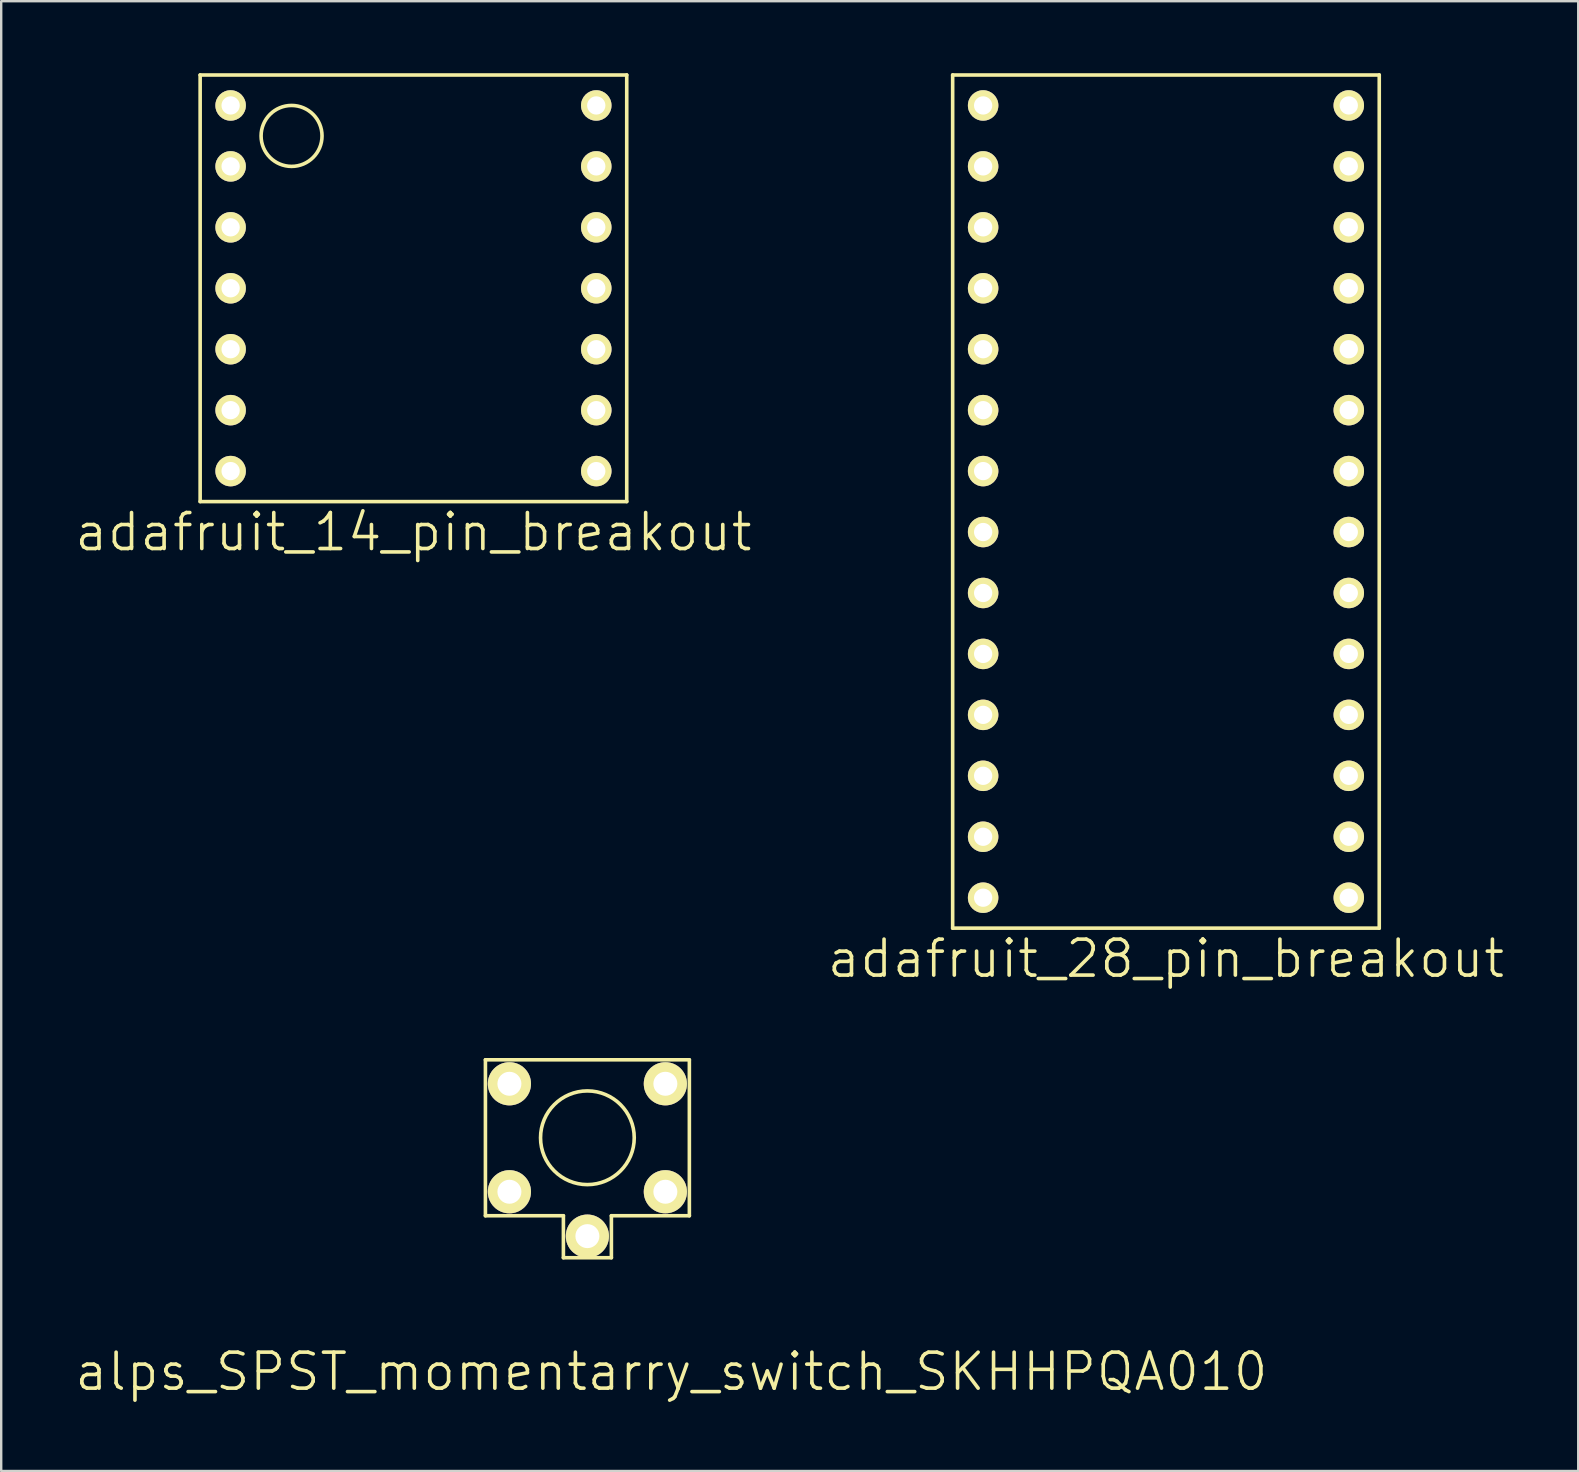
<source format=kicad_pcb>
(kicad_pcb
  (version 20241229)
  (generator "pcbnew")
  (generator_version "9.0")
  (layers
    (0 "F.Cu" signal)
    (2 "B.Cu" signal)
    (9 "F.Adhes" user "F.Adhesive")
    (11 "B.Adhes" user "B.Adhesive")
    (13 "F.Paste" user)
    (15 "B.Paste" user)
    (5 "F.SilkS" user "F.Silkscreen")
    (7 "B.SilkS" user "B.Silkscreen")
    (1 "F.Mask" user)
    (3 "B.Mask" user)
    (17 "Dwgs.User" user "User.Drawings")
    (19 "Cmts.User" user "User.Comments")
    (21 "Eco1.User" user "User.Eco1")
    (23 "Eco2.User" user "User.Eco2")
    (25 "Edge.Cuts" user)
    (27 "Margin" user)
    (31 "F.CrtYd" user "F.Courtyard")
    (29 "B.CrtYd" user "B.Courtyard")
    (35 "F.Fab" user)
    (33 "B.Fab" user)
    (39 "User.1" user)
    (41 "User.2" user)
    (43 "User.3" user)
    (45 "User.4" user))
  (footprint "adafruit_14_pin_breakout"
    (layer "F.Cu")
    (at 14.182 8.965)
    (property "Reference" "adafruit_14_pin_breakout" (at 0 10.16 0) (layer "F.SilkS") (effects (font (size 1.5 1.5) (thickness 0.15))))
    (attr through_hole)
    (fp_line (start -8.89 -8.89) (end -8.89 8.89) (stroke (width 0.15) (type solid)) (layer "F.SilkS"))
    (fp_line (start -8.89 8.89) (end 8.89 8.89) (stroke (width 0.15) (type solid)) (layer "F.SilkS"))
    (fp_line (start 8.89 -8.89) (end -8.89 -8.89) (stroke (width 0.15) (type solid)) (layer "F.SilkS"))
    (fp_line (start 8.89 8.89) (end 8.89 -8.89) (stroke (width 0.15) (type solid)) (layer "F.SilkS"))
    (fp_circle (center -5.08 -6.35) (end -5.08 -7.62) (stroke (width 0.15) (type solid)) (fill no) (layer "F.SilkS"))
    (pad "1" thru_hole circle (at -7.62 -7.62) (size 1.27 1.27) (drill 0.762) (layers "*.Cu" "*.Mask" "F.SilkS"))
    (pad "2" thru_hole circle (at -7.62 -5.08) (size 1.27 1.27) (drill 0.762) (layers "*.Cu" "*.Mask" "F.SilkS"))
    (pad "3" thru_hole circle (at -7.62 -2.54) (size 1.27 1.27) (drill 0.762) (layers "*.Cu" "*.Mask" "F.SilkS"))
    (pad "4" thru_hole circle (at -7.62 0) (size 1.27 1.27) (drill 0.762) (layers "*.Cu" "*.Mask" "F.SilkS"))
    (pad "5" thru_hole circle (at -7.62 2.54) (size 1.27 1.27) (drill 0.762) (layers "*.Cu" "*.Mask" "F.SilkS"))
    (pad "6" thru_hole circle (at -7.62 5.08) (size 1.27 1.27) (drill 0.762) (layers "*.Cu" "*.Mask" "F.SilkS"))
    (pad "7" thru_hole circle (at -7.62 7.62) (size 1.27 1.27) (drill 0.762) (layers "*.Cu" "*.Mask" "F.SilkS"))
    (pad "8" thru_hole circle (at 7.62 7.62) (size 1.27 1.27) (drill 0.762) (layers "*.Cu" "*.Mask" "F.SilkS"))
    (pad "9" thru_hole circle (at 7.62 5.08) (size 1.27 1.27) (drill 0.762) (layers "*.Cu" "*.Mask" "F.SilkS"))
    (pad "10" thru_hole circle (at 7.62 2.54) (size 1.27 1.27) (drill 0.762) (layers "*.Cu" "*.Mask" "F.SilkS"))
    (pad "11" thru_hole circle (at 7.62 0) (size 1.27 1.27) (drill 0.762) (layers "*.Cu" "*.Mask" "F.SilkS"))
    (pad "12" thru_hole circle (at 7.62 -2.54) (size 1.27 1.27) (drill 0.762) (layers "*.Cu" "*.Mask" "F.SilkS"))
    (pad "13" thru_hole circle (at 7.62 -5.08) (size 1.27 1.27) (drill 0.762) (layers "*.Cu" "*.Mask" "F.SilkS"))
    (pad "14" thru_hole circle (at 7.62 -7.62) (size 1.27 1.27) (drill 0.762) (layers "*.Cu" "*.Mask" "F.SilkS")))
  (footprint "adafruit_28_pin_breakout"
    (layer "F.Cu")
    (at 45.546 16.585)
    (property "Reference" "adafruit_28_pin_breakout" (at 0 20.32 0) (layer "F.SilkS") (effects (font (size 1.5 1.5) (thickness 0.15))))
    (attr through_hole)
    (fp_line (start -8.89 -16.51) (end -8.89 19.05) (stroke (width 0.15) (type solid)) (layer "F.SilkS"))
    (fp_line (start -8.89 19.05) (end 8.89 19.05) (stroke (width 0.15) (type solid)) (layer "F.SilkS"))
    (fp_line (start 8.89 -16.51) (end -8.89 -16.51) (stroke (width 0.15) (type solid)) (layer "F.SilkS"))
    (fp_line (start 8.89 19.05) (end 8.89 -16.51) (stroke (width 0.15) (type solid)) (layer "F.SilkS"))
    (pad "1" thru_hole circle (at -7.62 -15.24) (size 1.27 1.27) (drill 0.762) (layers "*.Cu" "*.Mask" "F.SilkS"))
    (pad "2" thru_hole circle (at -7.62 -12.7) (size 1.27 1.27) (drill 0.762) (layers "*.Cu" "*.Mask" "F.SilkS"))
    (pad "3" thru_hole circle (at -7.62 -10.16) (size 1.27 1.27) (drill 0.762) (layers "*.Cu" "*.Mask" "F.SilkS"))
    (pad "4" thru_hole circle (at -7.62 -7.62) (size 1.27 1.27) (drill 0.762) (layers "*.Cu" "*.Mask" "F.SilkS"))
    (pad "5" thru_hole circle (at -7.62 -5.08) (size 1.27 1.27) (drill 0.762) (layers "*.Cu" "*.Mask" "F.SilkS"))
    (pad "6" thru_hole circle (at -7.62 -2.54) (size 1.27 1.27) (drill 0.762) (layers "*.Cu" "*.Mask" "F.SilkS"))
    (pad "7" thru_hole circle (at -7.62 0) (size 1.27 1.27) (drill 0.762) (layers "*.Cu" "*.Mask" "F.SilkS"))
    (pad "8" thru_hole circle (at -7.62 2.54) (size 1.27 1.27) (drill 0.762) (layers "*.Cu" "*.Mask" "F.SilkS"))
    (pad "9" thru_hole circle (at -7.62 5.08) (size 1.27 1.27) (drill 0.762) (layers "*.Cu" "*.Mask" "F.SilkS"))
    (pad "10" thru_hole circle (at -7.62 7.62) (size 1.27 1.27) (drill 0.762) (layers "*.Cu" "*.Mask" "F.SilkS"))
    (pad "11" thru_hole circle (at -7.62 10.16) (size 1.27 1.27) (drill 0.762) (layers "*.Cu" "*.Mask" "F.SilkS"))
    (pad "12" thru_hole circle (at -7.62 12.7) (size 1.27 1.27) (drill 0.762) (layers "*.Cu" "*.Mask" "F.SilkS"))
    (pad "13" thru_hole circle (at -7.62 15.24) (size 1.27 1.27) (drill 0.762) (layers "*.Cu" "*.Mask" "F.SilkS"))
    (pad "14" thru_hole circle (at -7.62 17.78) (size 1.27 1.27) (drill 0.762) (layers "*.Cu" "*.Mask" "F.SilkS"))
    (pad "15" thru_hole circle (at 7.62 17.78) (size 1.27 1.27) (drill 0.762) (layers "*.Cu" "*.Mask" "F.SilkS"))
    (pad "16" thru_hole circle (at 7.62 15.24) (size 1.27 1.27) (drill 0.762) (layers "*.Cu" "*.Mask" "F.SilkS"))
    (pad "17" thru_hole circle (at 7.62 12.7) (size 1.27 1.27) (drill 0.762) (layers "*.Cu" "*.Mask" "F.SilkS"))
    (pad "18" thru_hole circle (at 7.62 10.16) (size 1.27 1.27) (drill 0.762) (layers "*.Cu" "*.Mask" "F.SilkS"))
    (pad "19" thru_hole circle (at 7.62 7.62) (size 1.27 1.27) (drill 0.762) (layers "*.Cu" "*.Mask" "F.SilkS"))
    (pad "20" thru_hole circle (at 7.62 5.08) (size 1.27 1.27) (drill 0.762) (layers "*.Cu" "*.Mask" "F.SilkS"))
    (pad "21" thru_hole circle (at 7.62 2.54) (size 1.27 1.27) (drill 0.762) (layers "*.Cu" "*.Mask" "F.SilkS"))
    (pad "22" thru_hole circle (at 7.62 0) (size 1.27 1.27) (drill 0.762) (layers "*.Cu" "*.Mask" "F.SilkS"))
    (pad "23" thru_hole circle (at 7.62 -2.54) (size 1.27 1.27) (drill 0.762) (layers "*.Cu" "*.Mask" "F.SilkS"))
    (pad "24" thru_hole circle (at 7.62 -5.08) (size 1.27 1.27) (drill 0.762) (layers "*.Cu" "*.Mask" "F.SilkS"))
    (pad "25" thru_hole circle (at 7.62 -7.62) (size 1.27 1.27) (drill 0.762) (layers "*.Cu" "*.Mask" "F.SilkS"))
    (pad "26" thru_hole circle (at 7.62 -10.16) (size 1.27 1.27) (drill 0.762) (layers "*.Cu" "*.Mask" "F.SilkS"))
    (pad "27" thru_hole circle (at 7.62 -12.7) (size 1.27 1.27) (drill 0.762) (layers "*.Cu" "*.Mask" "F.SilkS"))
    (pad "28" thru_hole circle (at 7.62 -15.24) (size 1.27 1.27) (drill 0.762) (layers "*.Cu" "*.Mask" "F.SilkS")))
  (footprint "alps_SPST_momentarry_switch_SKHHPQA010"
    (layer "F.Cu")
    (at 21.432 46.621)
    (property "Reference" "alps_SPST_momentarry_switch_SKHHPQA010" (at 3.5 7.5 0) (layer "F.SilkS") (effects (font (size 1.5 1.5) (thickness 0.15))))
    (attr through_hole)
    (fp_line (start -4.25 -5.5) (end 4.25 -5.5) (stroke (width 0.15) (type solid)) (layer "F.SilkS"))
    (fp_line (start -4.25 1) (end -4.25 -5.5) (stroke (width 0.15) (type solid)) (layer "F.SilkS"))
    (fp_line (start -1 1) (end -4.25 1) (stroke (width 0.15) (type solid)) (layer "F.SilkS"))
    (fp_line (start -1 2.75) (end -1 1) (stroke (width 0.15) (type solid)) (layer "F.SilkS"))
    (fp_line (start 1 1) (end 1 2.75) (stroke (width 0.15) (type solid)) (layer "F.SilkS"))
    (fp_line (start 1 2.75) (end -1 2.75) (stroke (width 0.15) (type solid)) (layer "F.SilkS"))
    (fp_line (start 4.25 -5.5) (end 4.25 1) (stroke (width 0.15) (type solid)) (layer "F.SilkS"))
    (fp_line (start 4.25 1) (end 1 1) (stroke (width 0.15) (type solid)) (layer "F.SilkS"))
    (fp_circle (center 0 -2.25) (end 1.25 -0.75) (stroke (width 0.15) (type solid)) (fill no) (layer "F.SilkS"))
    (pad "1" thru_hole circle (at -3.25 0) (size 1.8 1.8) (drill 1) (layers "*.Cu" "*.Mask" "F.SilkS"))
    (pad "1" thru_hole circle (at 3.25 0) (size 1.8 1.8) (drill 1) (layers "*.Cu" "*.Mask" "F.SilkS"))
    (pad "2" thru_hole circle (at -3.25 -4.5) (size 1.8 1.8) (drill 1) (layers "*.Cu" "*.Mask" "F.SilkS"))
    (pad "2" thru_hole circle (at 3.25 -4.5) (size 1.8 1.8) (drill 1) (layers "*.Cu" "*.Mask" "F.SilkS"))
    (pad "GND" thru_hole circle (at 0 1.85) (size 1.8 1.8) (drill 1) (layers "*.Cu" "*.Mask" "F.SilkS")))
  (gr_rect
    (start -3 -3)
    (end 62.729 58.261)
    (stroke (width 0.1) (type default))
    (fill no)
    (layer "Edge.Cuts")))
</source>
